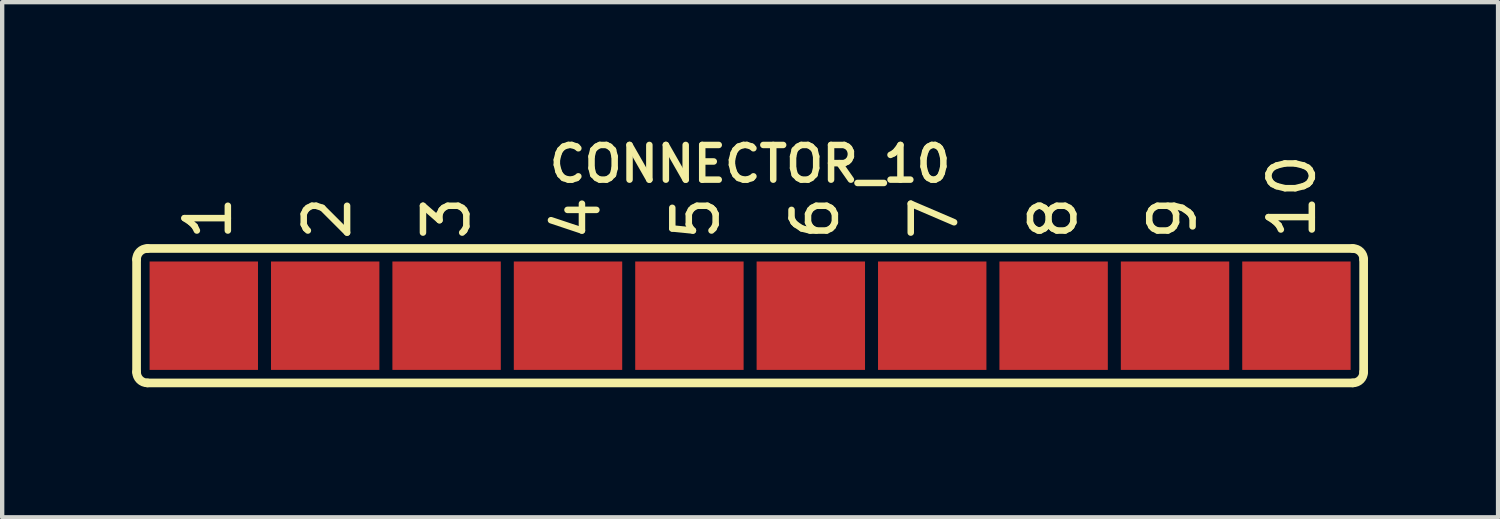
<source format=kicad_pcb>
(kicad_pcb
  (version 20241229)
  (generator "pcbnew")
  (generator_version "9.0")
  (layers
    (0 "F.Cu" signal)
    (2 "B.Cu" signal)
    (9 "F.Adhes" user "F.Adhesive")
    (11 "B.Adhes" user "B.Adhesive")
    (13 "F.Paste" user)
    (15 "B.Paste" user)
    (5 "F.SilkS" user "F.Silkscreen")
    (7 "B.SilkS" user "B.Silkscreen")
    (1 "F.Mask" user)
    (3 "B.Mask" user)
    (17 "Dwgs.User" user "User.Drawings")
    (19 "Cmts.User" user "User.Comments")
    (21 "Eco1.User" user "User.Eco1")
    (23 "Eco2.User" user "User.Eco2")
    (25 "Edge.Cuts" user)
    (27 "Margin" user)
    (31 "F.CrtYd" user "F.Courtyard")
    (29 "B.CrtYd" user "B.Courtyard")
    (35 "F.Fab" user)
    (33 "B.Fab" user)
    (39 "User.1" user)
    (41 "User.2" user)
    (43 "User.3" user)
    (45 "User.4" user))
  (footprint "CONNECTOR_10"
    (layer "F.Cu")
    (at 14.25 4.231)
    (property "Reference" "CONNECTOR_10" (at 0 -3.5 0) (layer "F.SilkS") (effects (font (size 0.8 0.8) (thickness 0.15))))
    (attr exclude_from_pos_files exclude_from_bom)
    (fp_line (start -14.15 -1.3) (end -14.15 1.3) (stroke (width 0.2) (type solid)) (layer "F.SilkS"))
    (fp_line (start -13.9 -1.55) (end 13.9 -1.55) (stroke (width 0.2) (type solid)) (layer "F.SilkS"))
    (fp_line (start -13.9 1.55) (end 13.9 1.55) (stroke (width 0.2) (type solid)) (layer "F.SilkS"))
    (fp_line (start 14.15 -1.3) (end 14.15 1.3) (stroke (width 0.2) (type solid)) (layer "F.SilkS"))
    (fp_arc (start -14.15 -1.3) (mid -14.076777 -1.476777) (end -13.9 -1.55) (stroke (width 0.2) (type solid)) (layer "F.SilkS"))
    (fp_arc (start -13.9 1.55) (mid -14.076777 1.476777) (end -14.15 1.3) (stroke (width 0.2) (type solid)) (layer "F.SilkS"))
    (fp_arc (start 13.9 -1.55) (mid 14.076777 -1.476777) (end 14.15 -1.3) (stroke (width 0.2) (type solid)) (layer "F.SilkS"))
    (fp_arc (start 14.15 1.3) (mid 14.076777 1.476777) (end 13.9 1.55) (stroke (width 0.2) (type solid)) (layer "F.SilkS"))
    (fp_text user "5" (at -1.25 -2.25 90) (layer "F.SilkS") (effects (font (size 1 1) (thickness 0.15))))
    (fp_text user "6" (at 1.5 -2.25 90) (layer "F.SilkS") (effects (font (size 1 1) (thickness 0.15))))
    (fp_text user "7" (at 4.25 -2.25 90) (layer "F.SilkS") (effects (font (size 1 1) (thickness 0.15))))
    (fp_text user "9" (at 9.75 -2.25 90) (layer "F.SilkS") (effects (font (size 1 1) (thickness 0.15))))
    (fp_text user "1" (at -12.5 -2.25 90) (layer "F.SilkS") (effects (font (size 1 1) (thickness 0.15))))
    (fp_text user "10" (at 12.5 -2.75 90) (layer "F.SilkS") (effects (font (size 1 1) (thickness 0.15))))
    (fp_text user "8" (at 7 -2.25 90) (layer "F.SilkS") (effects (font (size 1 1) (thickness 0.15))))
    (fp_text user "2" (at -9.75 -2.25 90) (layer "F.SilkS") (effects (font (size 1 1) (thickness 0.15))))
    (fp_text user "4" (at -4 -2.25 90) (layer "F.SilkS") (effects (font (size 1 1) (thickness 0.15))))
    (fp_text user "3" (at -7 -2.25 90) (layer "F.SilkS") (effects (font (size 1 1) (thickness 0.15))))
    (pad "1" smd rect (at -12.6 0) (size 2.5 2.5) (layers "F.Cu" "F.Mask"))
    (pad "2" smd rect (at -9.8 0) (size 2.5 2.5) (layers "F.Cu" "F.Mask"))
    (pad "3" smd rect (at -7 0) (size 2.5 2.5) (layers "F.Cu" "F.Mask"))
    (pad "4" smd rect (at -4.2 0) (size 2.5 2.5) (layers "F.Cu" "F.Mask"))
    (pad "5" smd rect (at -1.4 0) (size 2.5 2.5) (layers "F.Cu" "F.Mask"))
    (pad "6" smd rect (at 1.4 0) (size 2.5 2.5) (layers "F.Cu" "F.Mask"))
    (pad "7" smd rect (at 4.2 0) (size 2.5 2.5) (layers "F.Cu" "F.Mask"))
    (pad "8" smd rect (at 7 0) (size 2.5 2.5) (layers "F.Cu" "F.Mask"))
    (pad "9" smd rect (at 9.8 0) (size 2.5 2.5) (layers "F.Cu" "F.Mask"))
    (pad "10" smd rect (at 12.6 0) (size 2.5 2.5) (layers "F.Cu" "F.Mask")))
  (gr_rect
    (start -3 -3)
    (end 31.5 8.881)
    (stroke (width 0.1) (type default))
    (fill no)
    (layer "Edge.Cuts")))
</source>
